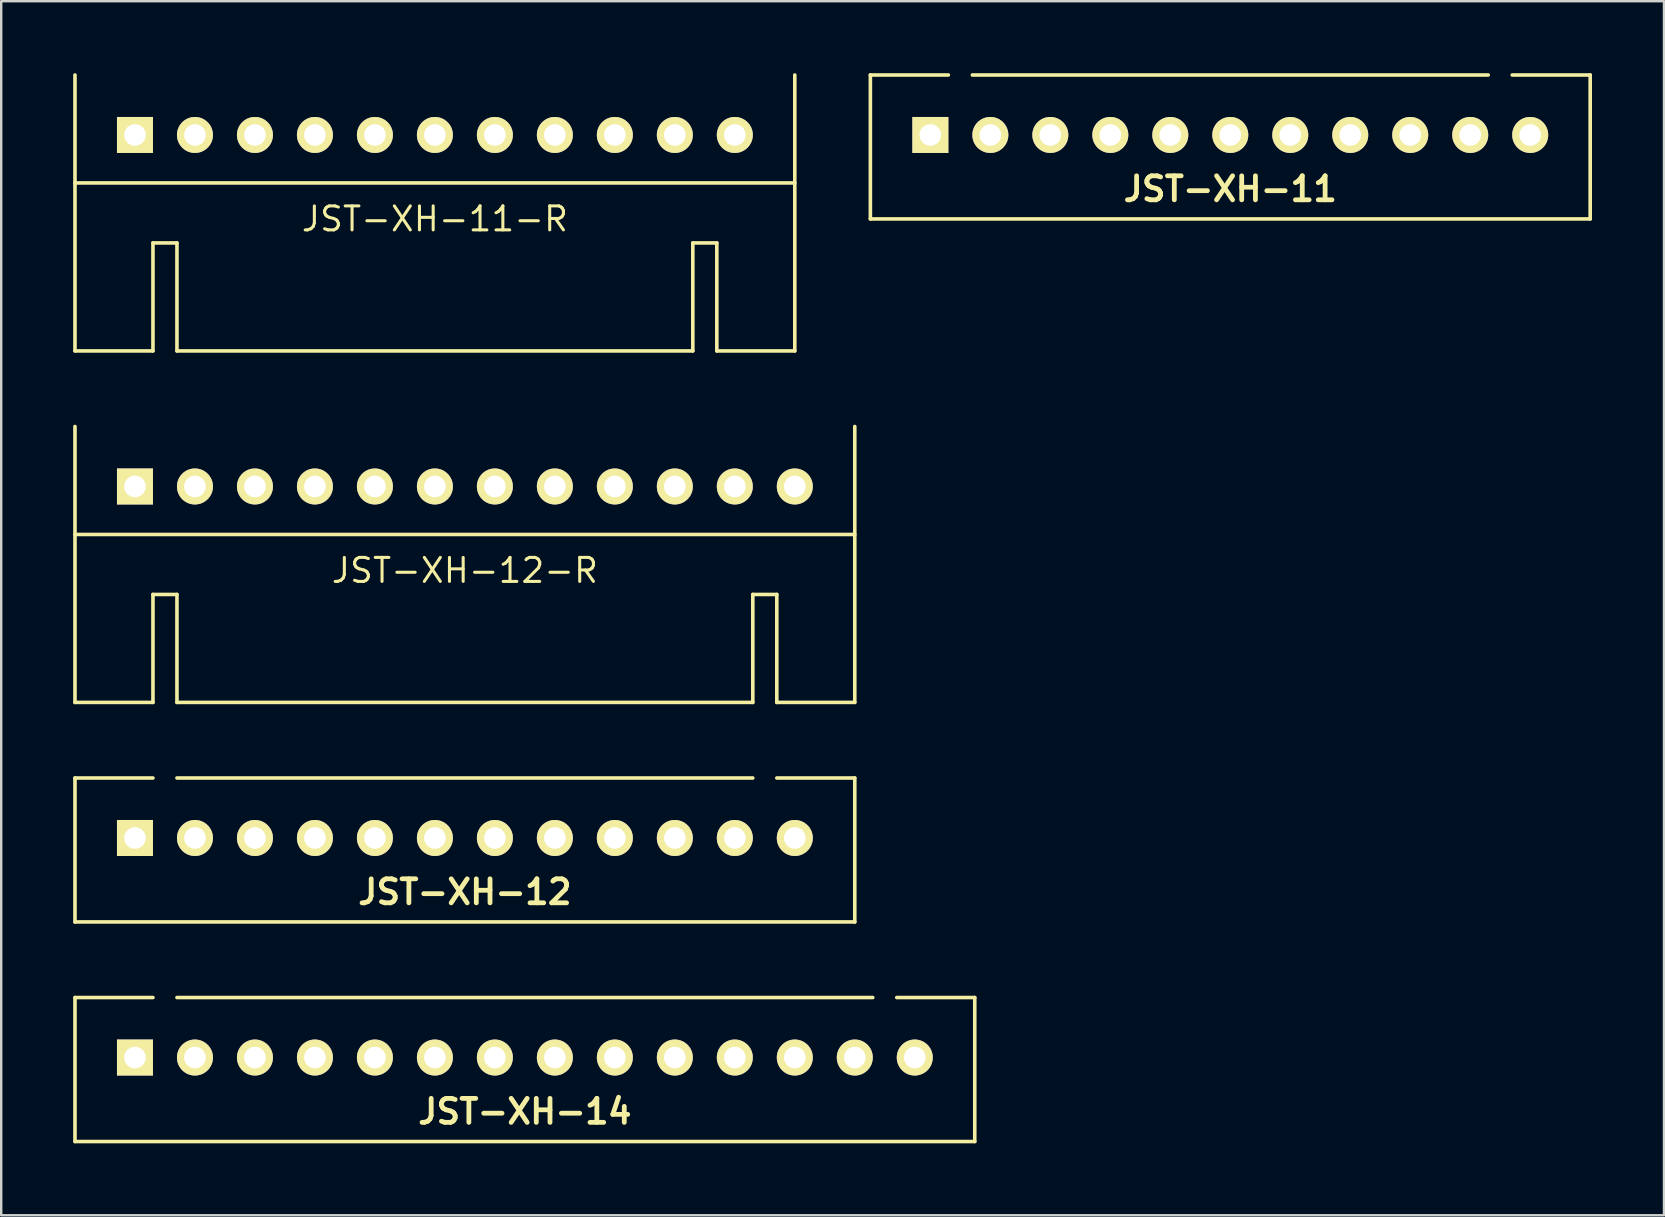
<source format=kicad_pcb>
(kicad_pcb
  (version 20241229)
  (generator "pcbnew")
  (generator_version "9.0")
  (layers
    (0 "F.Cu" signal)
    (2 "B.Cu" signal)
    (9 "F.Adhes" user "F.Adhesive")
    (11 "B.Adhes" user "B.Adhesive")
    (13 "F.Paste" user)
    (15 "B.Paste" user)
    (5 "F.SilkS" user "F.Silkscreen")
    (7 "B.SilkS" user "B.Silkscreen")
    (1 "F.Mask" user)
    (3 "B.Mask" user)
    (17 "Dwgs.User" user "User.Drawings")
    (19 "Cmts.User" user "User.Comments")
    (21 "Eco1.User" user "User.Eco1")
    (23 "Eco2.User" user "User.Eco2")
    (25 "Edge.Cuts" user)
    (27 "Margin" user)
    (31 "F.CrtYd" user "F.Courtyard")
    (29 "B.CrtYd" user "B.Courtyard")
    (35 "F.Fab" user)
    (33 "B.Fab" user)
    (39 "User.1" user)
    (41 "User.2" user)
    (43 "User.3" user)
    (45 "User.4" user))
  (footprint "JST-XH-14"
    (layer "F.Cu")
    (at 18.825 41.025)
    (property "Reference" "JST-XH-14" (at 0 2.25 0) (layer "F.SilkS") (effects (font (size 1 1) (thickness 0.2))))
    (attr through_hole)
    (fp_line (start -18.75 -2.5) (end -15.5 -2.5) (stroke (width 0.15) (type solid)) (layer "F.SilkS"))
    (fp_line (start -18.75 3.5) (end -18.75 -2.5) (stroke (width 0.15) (type solid)) (layer "F.SilkS"))
    (fp_line (start 14.5 -2.5) (end -14.5 -2.5) (stroke (width 0.15) (type solid)) (layer "F.SilkS"))
    (fp_line (start 18.75 -2.5) (end 15.5 -2.5) (stroke (width 0.15) (type solid)) (layer "F.SilkS"))
    (fp_line (start 18.75 -2.5) (end 18.75 3.5) (stroke (width 0.15) (type solid)) (layer "F.SilkS"))
    (fp_line (start 18.75 3.5) (end -18.75 3.5) (stroke (width 0.15) (type solid)) (layer "F.SilkS"))
    (pad "1" thru_hole rect (at -16.25 0) (size 1.5 1.5) (drill 0.9) (layers "*.Cu" "*.Mask" "F.SilkS"))
    (pad "2" thru_hole circle (at -13.75 0) (size 1.5 1.5) (drill 0.9) (layers "*.Cu" "*.Mask" "F.SilkS"))
    (pad "3" thru_hole circle (at -11.25 0) (size 1.5 1.5) (drill 0.9) (layers "*.Cu" "*.Mask" "F.SilkS"))
    (pad "4" thru_hole circle (at -8.75 0) (size 1.5 1.5) (drill 0.9) (layers "*.Cu" "*.Mask" "F.SilkS"))
    (pad "5" thru_hole circle (at -6.25 0) (size 1.5 1.5) (drill 0.9) (layers "*.Cu" "*.Mask" "F.SilkS"))
    (pad "6" thru_hole circle (at -3.75 0) (size 1.5 1.5) (drill 0.9) (layers "*.Cu" "*.Mask" "F.SilkS"))
    (pad "7" thru_hole circle (at -1.25 0) (size 1.5 1.5) (drill 0.9) (layers "*.Cu" "*.Mask" "F.SilkS"))
    (pad "8" thru_hole circle (at 1.25 0) (size 1.5 1.5) (drill 0.9) (layers "*.Cu" "*.Mask" "F.SilkS"))
    (pad "9" thru_hole circle (at 3.75 0) (size 1.5 1.5) (drill 0.9) (layers "*.Cu" "*.Mask" "F.SilkS"))
    (pad "10" thru_hole circle (at 6.25 0) (size 1.5 1.5) (drill 0.9) (layers "*.Cu" "*.Mask" "F.SilkS"))
    (pad "11" thru_hole circle (at 8.75 0) (size 1.5 1.5) (drill 0.9) (layers "*.Cu" "*.Mask" "F.SilkS"))
    (pad "12" thru_hole circle (at 11.25 0) (size 1.5 1.5) (drill 0.9) (layers "*.Cu" "*.Mask" "F.SilkS"))
    (pad "13" thru_hole circle (at 13.75 0) (size 1.5 1.5) (drill 0.9) (layers "*.Cu" "*.Mask" "F.SilkS"))
    (pad "14" thru_hole circle (at 16.25 0) (size 1.5 1.5) (drill 0.9) (layers "*.Cu" "*.Mask" "F.SilkS")))
  (footprint "JST-XH-12"
    (layer "F.Cu")
    (at 16.325 31.875)
    (property "Reference" "JST-XH-12" (at 0 2.25 0) (layer "F.SilkS") (effects (font (size 1 1) (thickness 0.2))))
    (attr through_hole)
    (fp_line (start -16.25 -2.5) (end -13 -2.5) (stroke (width 0.15) (type solid)) (layer "F.SilkS"))
    (fp_line (start -16.25 3.5) (end -16.25 -2.5) (stroke (width 0.15) (type solid)) (layer "F.SilkS"))
    (fp_line (start 12 -2.5) (end -12 -2.5) (stroke (width 0.15) (type solid)) (layer "F.SilkS"))
    (fp_line (start 16.25 -2.5) (end 13 -2.5) (stroke (width 0.15) (type solid)) (layer "F.SilkS"))
    (fp_line (start 16.25 -2.5) (end 16.25 3.5) (stroke (width 0.15) (type solid)) (layer "F.SilkS"))
    (fp_line (start 16.25 3.5) (end -16.25 3.5) (stroke (width 0.15) (type solid)) (layer "F.SilkS"))
    (pad "1" thru_hole rect (at -13.75 0) (size 1.5 1.5) (drill 0.9) (layers "*.Cu" "*.Mask" "F.SilkS"))
    (pad "2" thru_hole circle (at -11.25 0) (size 1.5 1.5) (drill 0.9) (layers "*.Cu" "*.Mask" "F.SilkS"))
    (pad "3" thru_hole circle (at -8.75 0) (size 1.5 1.5) (drill 0.9) (layers "*.Cu" "*.Mask" "F.SilkS"))
    (pad "4" thru_hole circle (at -6.25 0) (size 1.5 1.5) (drill 0.9) (layers "*.Cu" "*.Mask" "F.SilkS"))
    (pad "5" thru_hole circle (at -3.75 0) (size 1.5 1.5) (drill 0.9) (layers "*.Cu" "*.Mask" "F.SilkS"))
    (pad "6" thru_hole circle (at -1.25 0) (size 1.5 1.5) (drill 0.9) (layers "*.Cu" "*.Mask" "F.SilkS"))
    (pad "7" thru_hole circle (at 1.25 0) (size 1.5 1.5) (drill 0.9) (layers "*.Cu" "*.Mask" "F.SilkS"))
    (pad "8" thru_hole circle (at 3.75 0) (size 1.5 1.5) (drill 0.9) (layers "*.Cu" "*.Mask" "F.SilkS"))
    (pad "9" thru_hole circle (at 6.25 0) (size 1.5 1.5) (drill 0.9) (layers "*.Cu" "*.Mask" "F.SilkS"))
    (pad "10" thru_hole circle (at 8.75 0) (size 1.5 1.5) (drill 0.9) (layers "*.Cu" "*.Mask" "F.SilkS"))
    (pad "11" thru_hole circle (at 11.25 0) (size 1.5 1.5) (drill 0.9) (layers "*.Cu" "*.Mask" "F.SilkS"))
    (pad "12" thru_hole circle (at 13.75 0) (size 1.5 1.5) (drill 0.9) (layers "*.Cu" "*.Mask" "F.SilkS")))
  (footprint "JST-XH-11"
    (layer "F.Cu")
    (at 48.225 2.575)
    (property "Reference" "JST-XH-11" (at 0 2.25 0) (layer "F.SilkS") (effects (font (size 1 1) (thickness 0.2))))
    (attr through_hole)
    (fp_line (start -15 -2.5) (end -11.75 -2.5) (stroke (width 0.15) (type solid)) (layer "F.SilkS"))
    (fp_line (start -15 3.5) (end -15 -2.5) (stroke (width 0.15) (type solid)) (layer "F.SilkS"))
    (fp_line (start 10.75 -2.5) (end -10.75 -2.5) (stroke (width 0.15) (type solid)) (layer "F.SilkS"))
    (fp_line (start 15 -2.5) (end 11.75 -2.5) (stroke (width 0.15) (type solid)) (layer "F.SilkS"))
    (fp_line (start 15 -2.5) (end 15 3.5) (stroke (width 0.15) (type solid)) (layer "F.SilkS"))
    (fp_line (start 15 3.5) (end -15 3.5) (stroke (width 0.15) (type solid)) (layer "F.SilkS"))
    (pad "1" thru_hole rect (at -12.5 0) (size 1.5 1.5) (drill 0.9) (layers "*.Cu" "*.Mask" "F.SilkS"))
    (pad "2" thru_hole circle (at -10 0) (size 1.5 1.5) (drill 0.9) (layers "*.Cu" "*.Mask" "F.SilkS"))
    (pad "3" thru_hole circle (at -7.5 0) (size 1.5 1.5) (drill 0.9) (layers "*.Cu" "*.Mask" "F.SilkS"))
    (pad "4" thru_hole circle (at -5 0) (size 1.5 1.5) (drill 0.9) (layers "*.Cu" "*.Mask" "F.SilkS"))
    (pad "5" thru_hole circle (at -2.5 0) (size 1.5 1.5) (drill 0.9) (layers "*.Cu" "*.Mask" "F.SilkS"))
    (pad "6" thru_hole circle (at 0 0) (size 1.5 1.5) (drill 0.9) (layers "*.Cu" "*.Mask" "F.SilkS"))
    (pad "7" thru_hole circle (at 2.5 0) (size 1.5 1.5) (drill 0.9) (layers "*.Cu" "*.Mask" "F.SilkS"))
    (pad "8" thru_hole circle (at 5 0) (size 1.5 1.5) (drill 0.9) (layers "*.Cu" "*.Mask" "F.SilkS"))
    (pad "9" thru_hole circle (at 7.5 0) (size 1.5 1.5) (drill 0.9) (layers "*.Cu" "*.Mask" "F.SilkS"))
    (pad "10" thru_hole circle (at 10 0) (size 1.5 1.5) (drill 0.9) (layers "*.Cu" "*.Mask" "F.SilkS"))
    (pad "11" thru_hole circle (at 12.5 0) (size 1.5 1.5) (drill 0.9) (layers "*.Cu" "*.Mask" "F.SilkS")))
  (footprint "JST-XH-12-R"
    (layer "F.Cu")
    (at 16.325 17.225)
    (property "Reference" "JST-XH-12-R" (at 0 3.5 0) (layer "F.SilkS") (effects (font (size 1 1) (thickness 0.127))))
    (attr through_hole)
    (fp_line (start -16.25 2) (end 16.25 2) (stroke (width 0.15) (type solid)) (layer "F.SilkS"))
    (fp_line (start -16.25 9) (end -16.25 -2.5) (stroke (width 0.15) (type solid)) (layer "F.SilkS"))
    (fp_line (start -13 4.5) (end -13 9) (stroke (width 0.15) (type solid)) (layer "F.SilkS"))
    (fp_line (start -13 9) (end -16.25 9) (stroke (width 0.15) (type solid)) (layer "F.SilkS"))
    (fp_line (start -12 4.5) (end -13 4.5) (stroke (width 0.15) (type solid)) (layer "F.SilkS"))
    (fp_line (start -12 9) (end -12 4.5) (stroke (width 0.15) (type solid)) (layer "F.SilkS"))
    (fp_line (start 12 4.5) (end 12 9) (stroke (width 0.15) (type solid)) (layer "F.SilkS"))
    (fp_line (start 12 9) (end -12 9) (stroke (width 0.15) (type solid)) (layer "F.SilkS"))
    (fp_line (start 13 4.5) (end 12 4.5) (stroke (width 0.15) (type solid)) (layer "F.SilkS"))
    (fp_line (start 13 9) (end 13 4.5) (stroke (width 0.15) (type solid)) (layer "F.SilkS"))
    (fp_line (start 16.25 9) (end 13 9) (stroke (width 0.15) (type solid)) (layer "F.SilkS"))
    (fp_line (start 16.25 9) (end 16.25 -2.5) (stroke (width 0.15) (type solid)) (layer "F.SilkS"))
    (pad "1" thru_hole rect (at -13.75 0) (size 1.5 1.5) (drill 0.9) (layers "*.Cu" "*.Mask" "F.SilkS"))
    (pad "2" thru_hole circle (at -11.25 0) (size 1.5 1.5) (drill 0.9) (layers "*.Cu" "*.Mask" "F.SilkS"))
    (pad "3" thru_hole circle (at -8.75 0) (size 1.5 1.5) (drill 0.9) (layers "*.Cu" "*.Mask" "F.SilkS"))
    (pad "4" thru_hole circle (at -6.25 0) (size 1.5 1.5) (drill 0.9) (layers "*.Cu" "*.Mask" "F.SilkS"))
    (pad "5" thru_hole circle (at -3.75 0) (size 1.5 1.5) (drill 0.9) (layers "*.Cu" "*.Mask" "F.SilkS"))
    (pad "6" thru_hole circle (at -1.25 0) (size 1.5 1.5) (drill 0.9) (layers "*.Cu" "*.Mask" "F.SilkS"))
    (pad "7" thru_hole circle (at 1.25 0) (size 1.5 1.5) (drill 0.9) (layers "*.Cu" "*.Mask" "F.SilkS"))
    (pad "8" thru_hole circle (at 3.75 0) (size 1.5 1.5) (drill 0.9) (layers "*.Cu" "*.Mask" "F.SilkS"))
    (pad "9" thru_hole circle (at 6.25 0) (size 1.5 1.5) (drill 0.9) (layers "*.Cu" "*.Mask" "F.SilkS"))
    (pad "10" thru_hole circle (at 8.75 0) (size 1.5 1.5) (drill 0.9) (layers "*.Cu" "*.Mask" "F.SilkS"))
    (pad "11" thru_hole circle (at 11.25 0) (size 1.5 1.5) (drill 0.9) (layers "*.Cu" "*.Mask" "F.SilkS"))
    (pad "12" thru_hole circle (at 13.75 0) (size 1.5 1.5) (drill 0.9) (layers "*.Cu" "*.Mask" "F.SilkS")))
  (footprint "JST-XH-11-R"
    (layer "F.Cu")
    (at 15.075 2.575)
    (property "Reference" "JST-XH-11-R" (at 0 3.5 0) (layer "F.SilkS") (effects (font (size 1 1) (thickness 0.127))))
    (attr through_hole)
    (fp_line (start -15 2) (end 15 2) (stroke (width 0.15) (type solid)) (layer "F.SilkS"))
    (fp_line (start -15 9) (end -15 -2.5) (stroke (width 0.15) (type solid)) (layer "F.SilkS"))
    (fp_line (start -11.75 4.5) (end -11.75 9) (stroke (width 0.15) (type solid)) (layer "F.SilkS"))
    (fp_line (start -11.75 9) (end -15 9) (stroke (width 0.15) (type solid)) (layer "F.SilkS"))
    (fp_line (start -10.75 4.5) (end -11.75 4.5) (stroke (width 0.15) (type solid)) (layer "F.SilkS"))
    (fp_line (start -10.75 9) (end -10.75 4.5) (stroke (width 0.15) (type solid)) (layer "F.SilkS"))
    (fp_line (start 10.75 4.5) (end 10.75 9) (stroke (width 0.15) (type solid)) (layer "F.SilkS"))
    (fp_line (start 10.75 9) (end -10.75 9) (stroke (width 0.15) (type solid)) (layer "F.SilkS"))
    (fp_line (start 11.75 4.5) (end 10.75 4.5) (stroke (width 0.15) (type solid)) (layer "F.SilkS"))
    (fp_line (start 11.75 9) (end 11.75 4.5) (stroke (width 0.15) (type solid)) (layer "F.SilkS"))
    (fp_line (start 15 9) (end 11.75 9) (stroke (width 0.15) (type solid)) (layer "F.SilkS"))
    (fp_line (start 15 9) (end 15 -2.5) (stroke (width 0.15) (type solid)) (layer "F.SilkS"))
    (pad "1" thru_hole rect (at -12.5 0) (size 1.5 1.5) (drill 0.9) (layers "*.Cu" "*.Mask" "F.SilkS"))
    (pad "2" thru_hole circle (at -10 0) (size 1.5 1.5) (drill 0.9) (layers "*.Cu" "*.Mask" "F.SilkS"))
    (pad "3" thru_hole circle (at -7.5 0) (size 1.5 1.5) (drill 0.9) (layers "*.Cu" "*.Mask" "F.SilkS"))
    (pad "4" thru_hole circle (at -5 0) (size 1.5 1.5) (drill 0.9) (layers "*.Cu" "*.Mask" "F.SilkS"))
    (pad "5" thru_hole circle (at -2.5 0) (size 1.5 1.5) (drill 0.9) (layers "*.Cu" "*.Mask" "F.SilkS"))
    (pad "6" thru_hole circle (at 0 0) (size 1.5 1.5) (drill 0.9) (layers "*.Cu" "*.Mask" "F.SilkS"))
    (pad "7" thru_hole circle (at 2.5 0) (size 1.5 1.5) (drill 0.9) (layers "*.Cu" "*.Mask" "F.SilkS"))
    (pad "8" thru_hole circle (at 5 0) (size 1.5 1.5) (drill 0.9) (layers "*.Cu" "*.Mask" "F.SilkS"))
    (pad "9" thru_hole circle (at 7.5 0) (size 1.5 1.5) (drill 0.9) (layers "*.Cu" "*.Mask" "F.SilkS"))
    (pad "10" thru_hole circle (at 10 0) (size 1.5 1.5) (drill 0.9) (layers "*.Cu" "*.Mask" "F.SilkS"))
    (pad "11" thru_hole circle (at 12.5 0) (size 1.5 1.5) (drill 0.9) (layers "*.Cu" "*.Mask" "F.SilkS")))
  (gr_rect
    (start -3 -3)
    (end 66.3 47.6)
    (stroke (width 0.1) (type default))
    (fill no)
    (layer "Edge.Cuts")))
</source>
